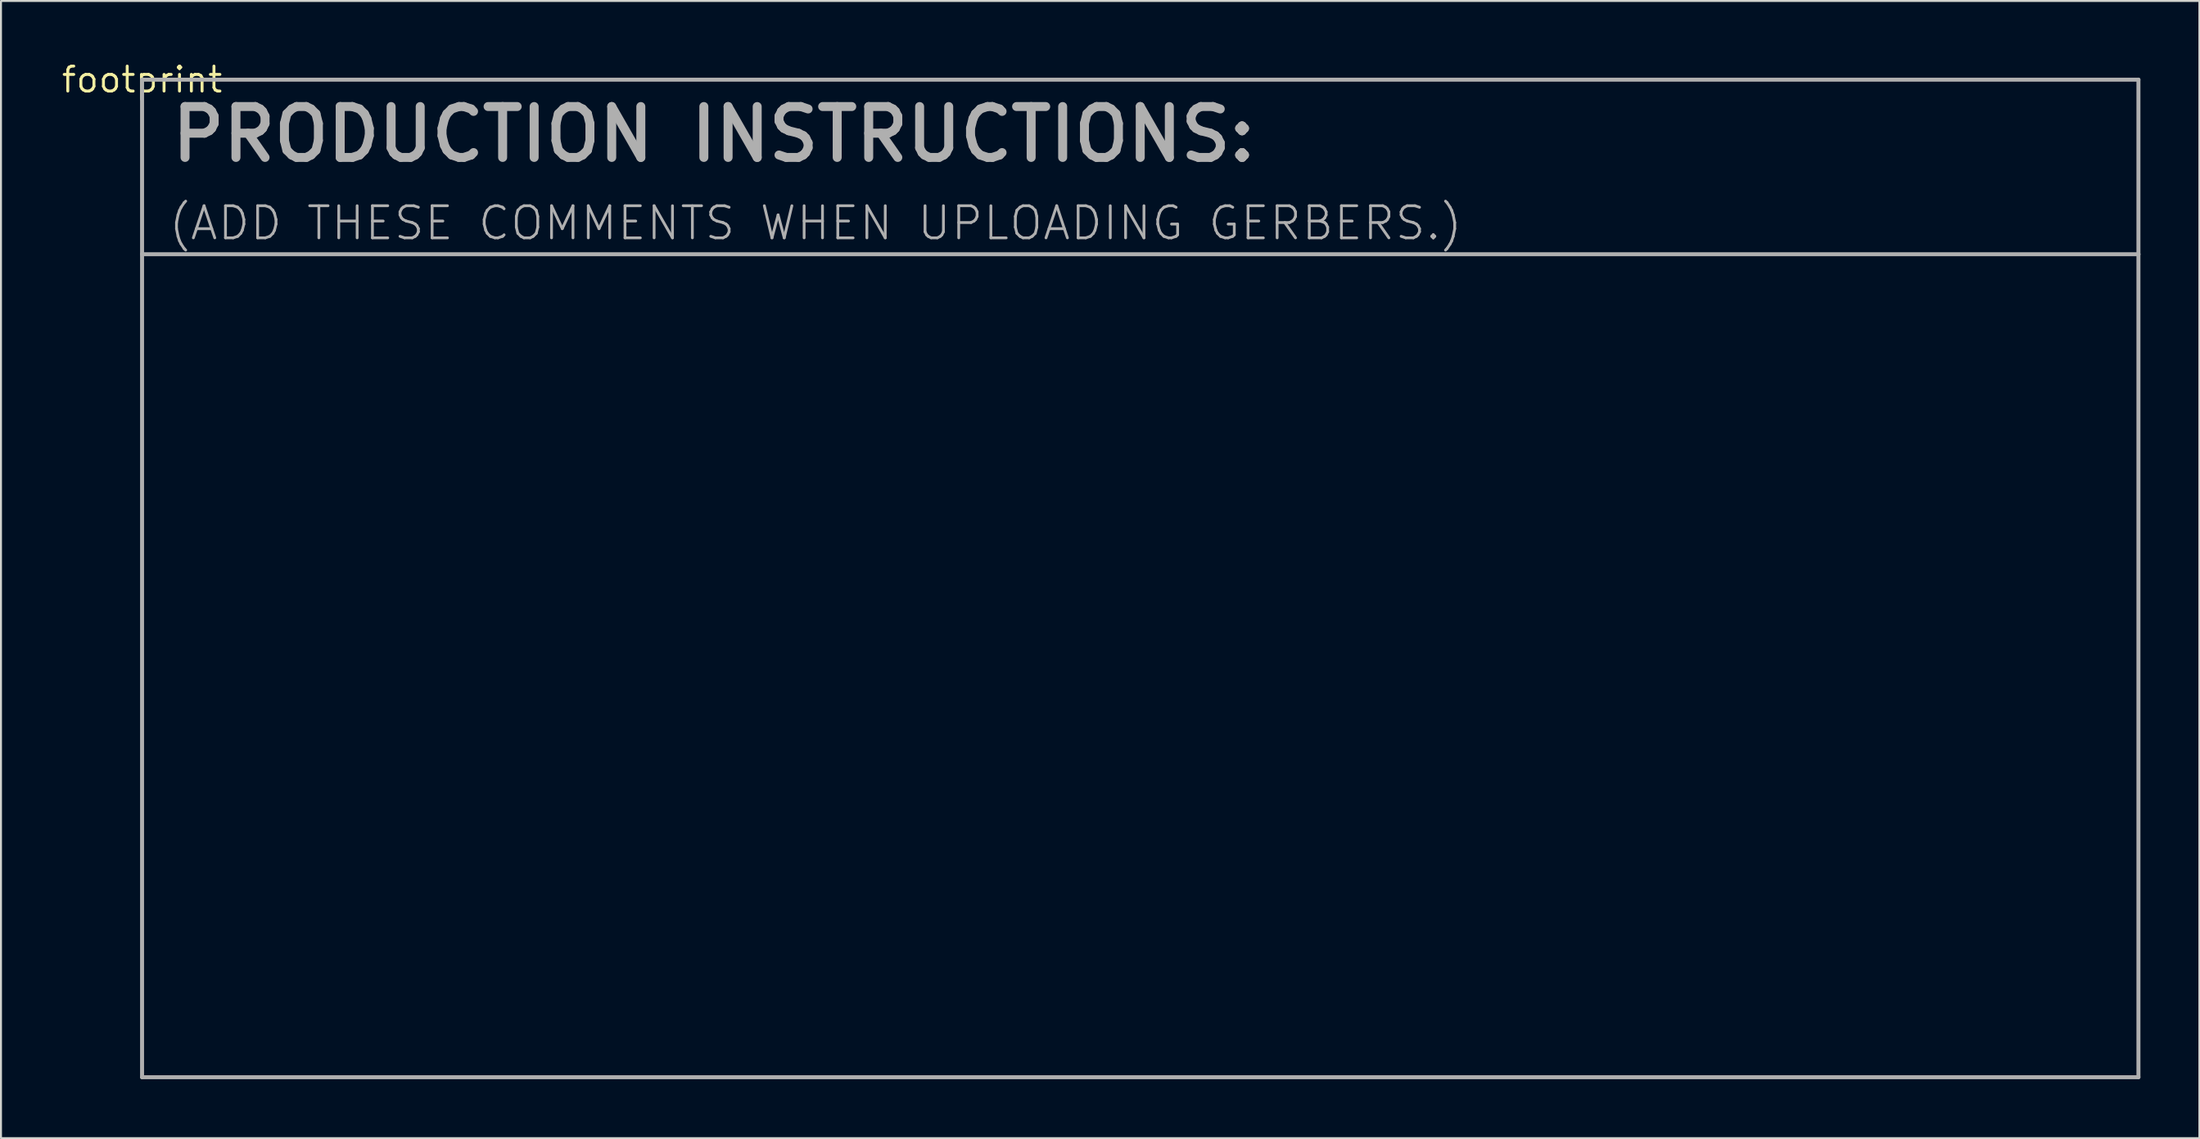
<source format=kicad_pcb>
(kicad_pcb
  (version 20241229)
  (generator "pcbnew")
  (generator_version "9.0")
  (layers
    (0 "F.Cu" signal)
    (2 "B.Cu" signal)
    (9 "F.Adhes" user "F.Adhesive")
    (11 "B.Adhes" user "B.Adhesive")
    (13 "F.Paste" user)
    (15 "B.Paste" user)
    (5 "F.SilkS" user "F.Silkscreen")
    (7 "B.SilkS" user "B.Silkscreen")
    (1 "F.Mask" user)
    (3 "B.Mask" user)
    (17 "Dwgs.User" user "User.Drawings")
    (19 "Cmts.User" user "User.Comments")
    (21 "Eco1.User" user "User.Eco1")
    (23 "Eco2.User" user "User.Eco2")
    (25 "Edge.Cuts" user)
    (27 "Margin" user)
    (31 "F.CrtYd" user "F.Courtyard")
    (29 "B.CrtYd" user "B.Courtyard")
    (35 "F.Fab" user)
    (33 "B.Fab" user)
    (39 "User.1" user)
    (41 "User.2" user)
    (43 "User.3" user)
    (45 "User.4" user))
  (footprint "footprint"
    (layer "F.Cu")
    (at 4.18 1.006)
    (property "Reference" "footprint" (at 0 0 0) (layer "F.SilkS") (effects (font (size 1.27 1.27) (thickness 0.15))))
    (fp_line (start 0 0) (end 101.6 0) (stroke (width 0.203) (type solid)) (layer "F.Fab"))
    (fp_line (start 0 8.89) (end 0 0) (stroke (width 0.203) (type solid)) (layer "F.Fab"))
    (fp_line (start 0 8.89) (end 101.6 8.89) (stroke (width 0.203) (type solid)) (layer "F.Fab"))
    (fp_line (start 0 50.8) (end 0 8.89) (stroke (width 0.203) (type solid)) (layer "F.Fab"))
    (fp_line (start 101.6 0) (end 101.6 8.89) (stroke (width 0.203) (type solid)) (layer "F.Fab"))
    (fp_line (start 101.6 8.89) (end 101.6 50.8) (stroke (width 0.203) (type solid)) (layer "F.Fab"))
    (fp_line (start 101.6 50.8) (end 0 50.8) (stroke (width 0.203) (type solid)) (layer "F.Fab"))
    (fp_text user "PRODUCTION INSTRUCTIONS:" (at 1.27 1.27 0) (layer "F.Fab") (effects (font (size 2.591 2.591) (thickness 0.457)) (justify left top)))
    (fp_text user "(ADD THESE COMMENTS WHEN UPLOADING GERBERS.)" (at 1.27 6.35 0) (layer "F.Fab") (effects (font (size 1.636 1.636) (thickness 0.142)) (justify left top))))
  (gr_rect
    (start -3 -3)
    (end 108.882 54.908)
    (stroke (width 0.1) (type default))
    (fill no)
    (layer "Edge.Cuts")))
</source>
